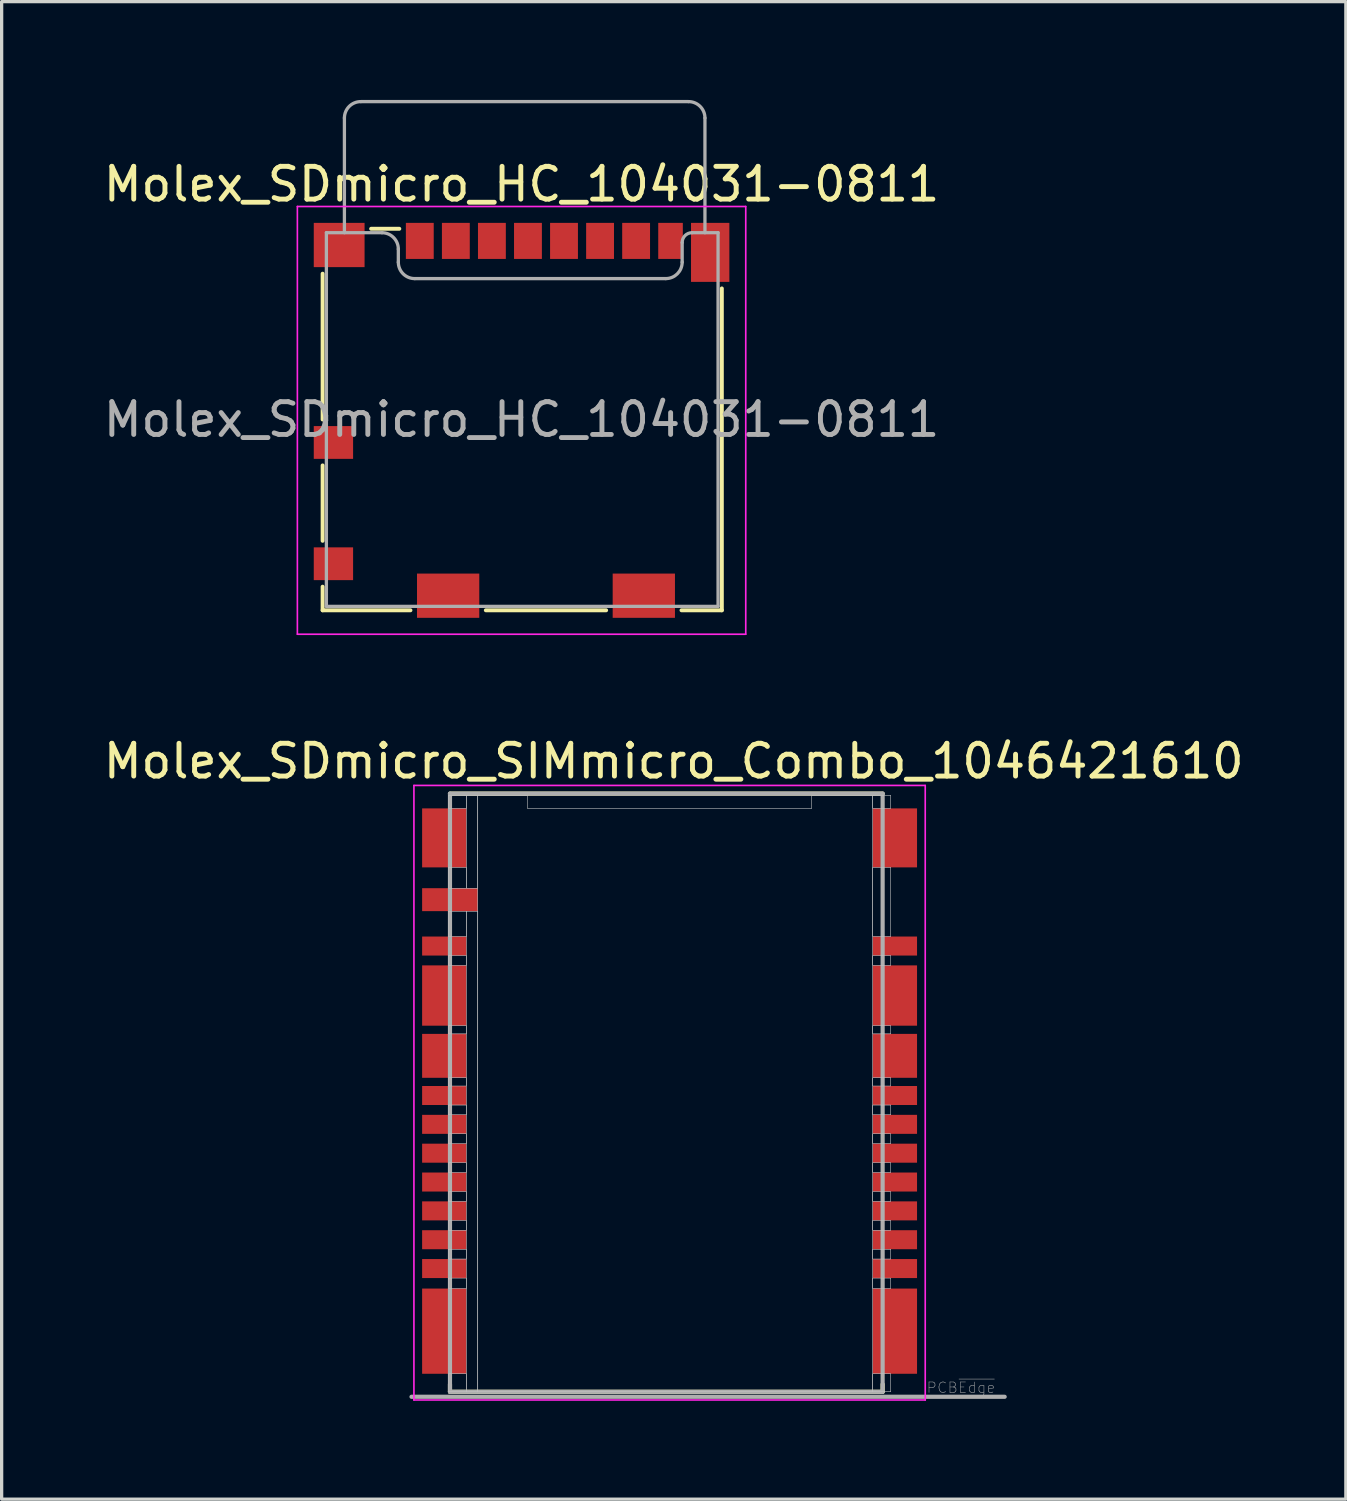
<source format=kicad_pcb>
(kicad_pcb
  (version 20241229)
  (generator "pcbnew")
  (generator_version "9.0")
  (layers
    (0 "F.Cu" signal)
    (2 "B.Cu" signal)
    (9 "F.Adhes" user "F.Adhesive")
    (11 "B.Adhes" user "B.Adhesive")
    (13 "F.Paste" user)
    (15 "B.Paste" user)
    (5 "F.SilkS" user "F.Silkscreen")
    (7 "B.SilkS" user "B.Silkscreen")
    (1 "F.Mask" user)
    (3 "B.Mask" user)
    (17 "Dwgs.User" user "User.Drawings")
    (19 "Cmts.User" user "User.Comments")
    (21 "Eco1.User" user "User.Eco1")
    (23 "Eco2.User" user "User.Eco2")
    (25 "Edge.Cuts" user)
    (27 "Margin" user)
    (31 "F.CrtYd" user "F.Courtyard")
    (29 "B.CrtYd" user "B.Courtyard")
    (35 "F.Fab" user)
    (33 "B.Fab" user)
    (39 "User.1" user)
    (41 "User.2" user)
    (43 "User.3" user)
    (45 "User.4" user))
  (footprint "Molex_SDmicro_SIMmicro_Combo_1046421610"
    (layer "F.Cu")
    (at 17.506 30.143)
    (property "Reference" "Molex_SDmicro_SIMmicro_Combo_1046421610" (at 0 -9.97 0) (layer "F.SilkS") (effects (font (size 1 1) (thickness 0.15))))
    (attr smd)
    (fp_line (start -6.827 9.041) (end -6.827 9.271) (stroke (width 0.127) (type solid)) (layer "F.SilkS"))
    (fp_line (start -6.827 9.271) (end 6.373 9.271) (stroke (width 0.127) (type solid)) (layer "F.SilkS"))
    (fp_line (start 6.373 -8.979) (end -6.827 -8.979) (stroke (width 0.127) (type solid)) (layer "F.SilkS"))
    (fp_line (start 6.373 9.271) (end 6.373 9.041) (stroke (width 0.127) (type solid)) (layer "F.SilkS"))
    (fp_poly (pts (xy -6.327 -8.929) (xy -6.877 -8.929) (xy -6.877 -8.529) (xy -6.327 -8.529)) (stroke (width 0.01) (type solid)) (fill no) (layer "Dwgs.User"))
    (fp_poly (pts (xy -6.327 -8.929) (xy -6.877 -8.929) (xy -6.877 -8.529) (xy -6.327 -8.529)) (stroke (width 0.01) (type solid)) (fill no) (layer "Dwgs.User"))
    (fp_poly (pts (xy -6.327 -6.729) (xy -6.877 -6.729) (xy -6.877 -6.094) (xy -6.327 -6.094)) (stroke (width 0.01) (type solid)) (fill no) (layer "Dwgs.User"))
    (fp_poly (pts (xy -6.327 -6.729) (xy -6.877 -6.729) (xy -6.877 -6.094) (xy -6.327 -6.094)) (stroke (width 0.01) (type solid)) (fill no) (layer "Dwgs.User"))
    (fp_poly (pts (xy -6.327 -5.394) (xy -6.877 -5.394) (xy -6.877 -4.619) (xy -6.327 -4.619)) (stroke (width 0.01) (type solid)) (fill no) (layer "Dwgs.User"))
    (fp_poly (pts (xy -6.327 -5.394) (xy -6.877 -5.394) (xy -6.877 -4.619) (xy -6.327 -4.619)) (stroke (width 0.01) (type solid)) (fill no) (layer "Dwgs.User"))
    (fp_poly (pts (xy -6.327 -5.394) (xy -5.977 -5.394) (xy -5.977 9.271) (xy -6.327 9.271)) (stroke (width 0.01) (type solid)) (fill no) (layer "Dwgs.User"))
    (fp_poly (pts (xy -6.327 -5.394) (xy -5.977 -5.394) (xy -5.977 9.271) (xy -6.327 9.271)) (stroke (width 0.01) (type solid)) (fill no) (layer "Dwgs.User"))
    (fp_poly (pts (xy -6.327 -4.039) (xy -6.877 -4.039) (xy -6.877 -3.739) (xy -6.327 -3.739)) (stroke (width 0.01) (type solid)) (fill no) (layer "Dwgs.User"))
    (fp_poly (pts (xy -6.327 -4.039) (xy -6.877 -4.039) (xy -6.877 -3.739) (xy -6.327 -3.739)) (stroke (width 0.01) (type solid)) (fill no) (layer "Dwgs.User"))
    (fp_poly (pts (xy -6.327 -1.899) (xy -6.877 -1.899) (xy -6.877 -1.649) (xy -6.327 -1.649)) (stroke (width 0.01) (type solid)) (fill no) (layer "Dwgs.User"))
    (fp_poly (pts (xy -6.327 -1.899) (xy -6.877 -1.899) (xy -6.877 -1.649) (xy -6.327 -1.649)) (stroke (width 0.01) (type solid)) (fill no) (layer "Dwgs.User"))
    (fp_poly (pts (xy -6.327 -0.309) (xy -6.877 -0.309) (xy -6.877 -0.059) (xy -6.327 -0.059)) (stroke (width 0.01) (type solid)) (fill no) (layer "Dwgs.User"))
    (fp_poly (pts (xy -6.327 -0.309) (xy -6.877 -0.309) (xy -6.877 -0.059) (xy -6.327 -0.059)) (stroke (width 0.01) (type solid)) (fill no) (layer "Dwgs.User"))
    (fp_poly (pts (xy -6.327 0.521) (xy -6.877 0.521) (xy -6.877 0.821) (xy -6.327 0.821)) (stroke (width 0.01) (type solid)) (fill no) (layer "Dwgs.User"))
    (fp_poly (pts (xy -6.327 0.521) (xy -6.877 0.521) (xy -6.877 0.821) (xy -6.327 0.821)) (stroke (width 0.01) (type solid)) (fill no) (layer "Dwgs.User"))
    (fp_poly (pts (xy -6.327 1.401) (xy -6.877 1.401) (xy -6.877 1.701) (xy -6.327 1.701)) (stroke (width 0.01) (type solid)) (fill no) (layer "Dwgs.User"))
    (fp_poly (pts (xy -6.327 1.401) (xy -6.877 1.401) (xy -6.877 1.701) (xy -6.327 1.701)) (stroke (width 0.01) (type solid)) (fill no) (layer "Dwgs.User"))
    (fp_poly (pts (xy -6.327 2.281) (xy -6.877 2.281) (xy -6.877 2.581) (xy -6.327 2.581)) (stroke (width 0.01) (type solid)) (fill no) (layer "Dwgs.User"))
    (fp_poly (pts (xy -6.327 2.281) (xy -6.877 2.281) (xy -6.877 2.581) (xy -6.327 2.581)) (stroke (width 0.01) (type solid)) (fill no) (layer "Dwgs.User"))
    (fp_poly (pts (xy -6.327 3.161) (xy -6.877 3.161) (xy -6.877 3.461) (xy -6.327 3.461)) (stroke (width 0.01) (type solid)) (fill no) (layer "Dwgs.User"))
    (fp_poly (pts (xy -6.327 3.161) (xy -6.877 3.161) (xy -6.877 3.461) (xy -6.327 3.461)) (stroke (width 0.01) (type solid)) (fill no) (layer "Dwgs.User"))
    (fp_poly (pts (xy -6.327 4.041) (xy -6.877 4.041) (xy -6.877 4.341) (xy -6.327 4.341)) (stroke (width 0.01) (type solid)) (fill no) (layer "Dwgs.User"))
    (fp_poly (pts (xy -6.327 4.041) (xy -6.877 4.041) (xy -6.877 4.341) (xy -6.327 4.341)) (stroke (width 0.01) (type solid)) (fill no) (layer "Dwgs.User"))
    (fp_poly (pts (xy -6.327 4.921) (xy -6.877 4.921) (xy -6.877 5.221) (xy -6.327 5.221)) (stroke (width 0.01) (type solid)) (fill no) (layer "Dwgs.User"))
    (fp_poly (pts (xy -6.327 4.921) (xy -6.877 4.921) (xy -6.877 5.221) (xy -6.327 5.221)) (stroke (width 0.01) (type solid)) (fill no) (layer "Dwgs.User"))
    (fp_poly (pts (xy -6.327 5.801) (xy -6.877 5.801) (xy -6.877 6.121) (xy -6.327 6.121)) (stroke (width 0.01) (type solid)) (fill no) (layer "Dwgs.User"))
    (fp_poly (pts (xy -6.327 5.801) (xy -6.877 5.801) (xy -6.877 6.121) (xy -6.327 6.121)) (stroke (width 0.01) (type solid)) (fill no) (layer "Dwgs.User"))
    (fp_poly (pts (xy -6.327 8.721) (xy -6.877 8.721) (xy -6.877 9.271) (xy -6.327 9.271)) (stroke (width 0.01) (type solid)) (fill no) (layer "Dwgs.User"))
    (fp_poly (pts (xy -6.327 8.721) (xy -6.877 8.721) (xy -6.877 9.271) (xy -6.327 9.271)) (stroke (width 0.01) (type solid)) (fill no) (layer "Dwgs.User"))
    (fp_poly (pts (xy -5.977 -8.929) (xy -6.327 -8.929) (xy -6.327 -6.094) (xy -5.977 -6.094)) (stroke (width 0.01) (type solid)) (fill no) (layer "Dwgs.User"))
    (fp_poly (pts (xy -5.977 -8.929) (xy -6.327 -8.929) (xy -6.327 -6.094) (xy -5.977 -6.094)) (stroke (width 0.01) (type solid)) (fill no) (layer "Dwgs.User"))
    (fp_poly (pts (xy 6.073 -8.929) (xy 6.623 -8.929) (xy 6.623 -8.529) (xy 6.073 -8.529)) (stroke (width 0.01) (type solid)) (fill no) (layer "Dwgs.User"))
    (fp_poly (pts (xy 6.073 -8.929) (xy 6.623 -8.929) (xy 6.623 -8.529) (xy 6.073 -8.529)) (stroke (width 0.01) (type solid)) (fill no) (layer "Dwgs.User"))
    (fp_poly (pts (xy 6.073 -6.729) (xy 6.623 -6.729) (xy 6.623 -4.619) (xy 6.073 -4.619)) (stroke (width 0.01) (type solid)) (fill no) (layer "Dwgs.User"))
    (fp_poly (pts (xy 6.073 -6.729) (xy 6.623 -6.729) (xy 6.623 -4.619) (xy 6.073 -4.619)) (stroke (width 0.01) (type solid)) (fill no) (layer "Dwgs.User"))
    (fp_poly (pts (xy 6.073 -4.039) (xy 6.623 -4.039) (xy 6.623 -3.739) (xy 6.073 -3.739)) (stroke (width 0.01) (type solid)) (fill no) (layer "Dwgs.User"))
    (fp_poly (pts (xy 6.073 -4.039) (xy 6.623 -4.039) (xy 6.623 -3.739) (xy 6.073 -3.739)) (stroke (width 0.01) (type solid)) (fill no) (layer "Dwgs.User"))
    (fp_poly (pts (xy 6.073 -1.899) (xy 6.623 -1.899) (xy 6.623 -1.649) (xy 6.073 -1.649)) (stroke (width 0.01) (type solid)) (fill no) (layer "Dwgs.User"))
    (fp_poly (pts (xy 6.073 -1.899) (xy 6.623 -1.899) (xy 6.623 -1.649) (xy 6.073 -1.649)) (stroke (width 0.01) (type solid)) (fill no) (layer "Dwgs.User"))
    (fp_poly (pts (xy 6.073 -0.309) (xy 6.623 -0.309) (xy 6.623 -0.059) (xy 6.073 -0.059)) (stroke (width 0.01) (type solid)) (fill no) (layer "Dwgs.User"))
    (fp_poly (pts (xy 6.073 -0.309) (xy 6.623 -0.309) (xy 6.623 -0.059) (xy 6.073 -0.059)) (stroke (width 0.01) (type solid)) (fill no) (layer "Dwgs.User"))
    (fp_poly (pts (xy 6.073 0.521) (xy 6.623 0.521) (xy 6.623 0.821) (xy 6.073 0.821)) (stroke (width 0.01) (type solid)) (fill no) (layer "Dwgs.User"))
    (fp_poly (pts (xy 6.073 0.521) (xy 6.623 0.521) (xy 6.623 0.821) (xy 6.073 0.821)) (stroke (width 0.01) (type solid)) (fill no) (layer "Dwgs.User"))
    (fp_poly (pts (xy 6.073 1.401) (xy 6.623 1.401) (xy 6.623 1.701) (xy 6.073 1.701)) (stroke (width 0.01) (type solid)) (fill no) (layer "Dwgs.User"))
    (fp_poly (pts (xy 6.073 1.401) (xy 6.623 1.401) (xy 6.623 1.701) (xy 6.073 1.701)) (stroke (width 0.01) (type solid)) (fill no) (layer "Dwgs.User"))
    (fp_poly (pts (xy 6.073 2.281) (xy 6.623 2.281) (xy 6.623 2.581) (xy 6.073 2.581)) (stroke (width 0.01) (type solid)) (fill no) (layer "Dwgs.User"))
    (fp_poly (pts (xy 6.073 2.281) (xy 6.623 2.281) (xy 6.623 2.581) (xy 6.073 2.581)) (stroke (width 0.01) (type solid)) (fill no) (layer "Dwgs.User"))
    (fp_poly (pts (xy 6.073 3.161) (xy 6.623 3.161) (xy 6.623 3.461) (xy 6.073 3.461)) (stroke (width 0.01) (type solid)) (fill no) (layer "Dwgs.User"))
    (fp_poly (pts (xy 6.073 3.161) (xy 6.623 3.161) (xy 6.623 3.461) (xy 6.073 3.461)) (stroke (width 0.01) (type solid)) (fill no) (layer "Dwgs.User"))
    (fp_poly (pts (xy 6.073 4.041) (xy 6.623 4.041) (xy 6.623 4.341) (xy 6.073 4.341)) (stroke (width 0.01) (type solid)) (fill no) (layer "Dwgs.User"))
    (fp_poly (pts (xy 6.073 4.041) (xy 6.623 4.041) (xy 6.623 4.341) (xy 6.073 4.341)) (stroke (width 0.01) (type solid)) (fill no) (layer "Dwgs.User"))
    (fp_poly (pts (xy 6.073 4.921) (xy 6.623 4.921) (xy 6.623 5.221) (xy 6.073 5.221)) (stroke (width 0.01) (type solid)) (fill no) (layer "Dwgs.User"))
    (fp_poly (pts (xy 6.073 4.921) (xy 6.623 4.921) (xy 6.623 5.221) (xy 6.073 5.221)) (stroke (width 0.01) (type solid)) (fill no) (layer "Dwgs.User"))
    (fp_poly (pts (xy 6.073 5.801) (xy 6.623 5.801) (xy 6.623 6.121) (xy 6.073 6.121)) (stroke (width 0.01) (type solid)) (fill no) (layer "Dwgs.User"))
    (fp_poly (pts (xy 6.073 5.801) (xy 6.623 5.801) (xy 6.623 6.121) (xy 6.073 6.121)) (stroke (width 0.01) (type solid)) (fill no) (layer "Dwgs.User"))
    (fp_poly (pts (xy 6.073 8.721) (xy 6.623 8.721) (xy 6.623 9.271) (xy 6.073 9.271)) (stroke (width 0.01) (type solid)) (fill no) (layer "Dwgs.User"))
    (fp_poly (pts (xy 6.073 8.721) (xy 6.623 8.721) (xy 6.623 9.271) (xy 6.073 9.271)) (stroke (width 0.01) (type solid)) (fill no) (layer "Dwgs.User"))
    (fp_poly (pts (xy -5.977 9.271) (xy -5.977 -8.929) (xy -4.467 -8.929) (xy -4.467 -8.529) (xy 4.213 -8.529) (xy 4.213 -8.929) (xy 6.073 -8.929) (xy 6.073 9.271)) (stroke (width 0.01) (type solid)) (fill no) (layer "Dwgs.User"))
    (fp_poly (pts (xy -5.977 9.271) (xy -5.977 -8.929) (xy -4.467 -8.929) (xy -4.467 -8.529) (xy 4.213 -8.529) (xy 4.213 -8.929) (xy 6.073 -8.929) (xy 6.073 9.271)) (stroke (width 0.01) (type solid)) (fill no) (layer "Dwgs.User"))
    (fp_line (start -7.927 -9.229) (end -7.927 9.521) (stroke (width 0.05) (type solid)) (layer "F.CrtYd"))
    (fp_line (start -7.927 9.521) (end 7.673 9.521) (stroke (width 0.05) (type solid)) (layer "F.CrtYd"))
    (fp_line (start 7.673 -9.229) (end -7.927 -9.229) (stroke (width 0.05) (type solid)) (layer "F.CrtYd"))
    (fp_line (start 7.673 9.521) (end 7.673 -9.229) (stroke (width 0.05) (type solid)) (layer "F.CrtYd"))
    (fp_line (start -8.001 9.423) (end 10.097 9.423) (stroke (width 0.127) (type solid)) (layer "F.Fab"))
    (fp_line (start -6.827 -8.979) (end -6.827 9.271) (stroke (width 0.127) (type solid)) (layer "F.Fab"))
    (fp_line (start -6.827 9.271) (end 6.373 9.271) (stroke (width 0.127) (type solid)) (layer "F.Fab"))
    (fp_line (start 6.373 -8.979) (end -6.827 -8.979) (stroke (width 0.127) (type solid)) (layer "F.Fab"))
    (fp_line (start 6.373 9.271) (end 6.373 -8.979) (stroke (width 0.127) (type solid)) (layer "F.Fab"))
    (fp_text user "PCB~{Edge}" (at 8.763 9.144 0) (layer "F.Fab") (effects (font (size 0.32 0.32) (thickness 0.015))))
    (pad "G1" smd rect (at -7.002 7.421) (size 1.35 2.6) (layers "F.Cu" "F.Mask" "F.Paste"))
    (pad "G2" smd rect (at -7.002 -0.979) (size 1.35 1.34) (layers "F.Cu" "F.Mask" "F.Paste"))
    (pad "G3" smd rect (at -7.002 -2.819) (size 1.35 1.84) (layers "F.Cu" "F.Mask" "F.Paste"))
    (pad "G4" smd rect (at -7.002 -7.629) (size 1.35 1.8) (layers "F.Cu" "F.Mask" "F.Paste"))
    (pad "G5" smd rect (at 6.748 -7.629) (size 1.35 1.8) (layers "F.Cu" "F.Mask" "F.Paste"))
    (pad "G6" smd rect (at 6.748 -2.819) (size 1.35 1.84) (layers "F.Cu" "F.Mask" "F.Paste"))
    (pad "G7" smd rect (at 6.748 -0.979) (size 1.35 1.34) (layers "F.Cu" "F.Mask" "F.Paste"))
    (pad "G8" smd rect (at 6.748 7.421) (size 1.35 2.6) (layers "F.Cu" "F.Mask" "F.Paste"))
    (pad "S/W" smd rect (at -6.827 -5.744) (size 1.7 0.7) (layers "F.Cu" "F.Mask" "F.Paste"))
    (pad "S1_C1" smd rect (at 6.748 5.511) (size 1.35 0.58) (layers "F.Cu" "F.Mask" "F.Paste"))
    (pad "S2_C2" smd rect (at 6.748 4.631) (size 1.35 0.58) (layers "F.Cu" "F.Mask" "F.Paste"))
    (pad "S3_C3" smd rect (at -7.002 4.631) (size 1.35 0.58) (layers "F.Cu" "F.Mask" "F.Paste"))
    (pad "S4" smd rect (at -7.002 5.511) (size 1.35 0.58) (layers "F.Cu" "F.Mask" "F.Paste"))
    (pad "S5_C4" smd rect (at 6.748 1.991) (size 1.35 0.58) (layers "F.Cu" "F.Mask" "F.Paste"))
    (pad "S6_C5" smd rect (at 6.748 3.751) (size 1.35 0.58) (layers "F.Cu" "F.Mask" "F.Paste"))
    (pad "S7_C6" smd rect (at -7.002 3.751) (size 1.35 0.58) (layers "F.Cu" "F.Mask" "F.Paste"))
    (pad "S8" smd rect (at -7.002 1.991) (size 1.35 0.58) (layers "F.Cu" "F.Mask" "F.Paste"))
    (pad "T1" smd rect (at 6.748 -4.329) (size 1.35 0.58) (layers "F.Cu" "F.Mask" "F.Paste"))
    (pad "T2" smd rect (at 6.748 0.231) (size 1.35 0.58) (layers "F.Cu" "F.Mask" "F.Paste"))
    (pad "T3" smd rect (at 6.748 1.111) (size 1.35 0.58) (layers "F.Cu" "F.Mask" "F.Paste"))
    (pad "T4" smd rect (at 6.748 2.871) (size 1.35 0.58) (layers "F.Cu" "F.Mask" "F.Paste"))
    (pad "T5" smd rect (at -7.002 2.871) (size 1.35 0.58) (layers "F.Cu" "F.Mask" "F.Paste"))
    (pad "T6" smd rect (at -7.002 1.111) (size 1.35 0.58) (layers "F.Cu" "F.Mask" "F.Paste"))
    (pad "T7" smd rect (at -7.002 0.231) (size 1.35 0.58) (layers "F.Cu" "F.Mask" "F.Paste"))
    (pad "T8" smd rect (at -7.002 -4.329) (size 1.35 0.58) (layers "F.Cu" "F.Mask" "F.Paste")))
  (footprint "Molex_SDmicro_HC_104031-0811"
    (layer "F.Cu")
    (at 12.863 9.75)
    (property "Reference" "Molex_SDmicro_HC_104031-0811" (at 0 -7.18 0) (layer "F.SilkS") (effects (font (size 1 1) (thickness 0.15))))
    (attr smd)
    (fp_line (start -6.07 -4.45) (end -6.07 0) (stroke (width 0.12) (type solid)) (layer "F.SilkS"))
    (fp_line (start -6.07 1.4) (end -6.07 3.7) (stroke (width 0.12) (type solid)) (layer "F.SilkS"))
    (fp_line (start -6.07 5.1) (end -6.07 5.82) (stroke (width 0.12) (type solid)) (layer "F.SilkS"))
    (fp_line (start -6.07 5.82) (end -3.39 5.82) (stroke (width 0.12) (type solid)) (layer "F.SilkS"))
    (fp_line (start -4.59 -5.82) (end -3.73 -5.82) (stroke (width 0.12) (type solid)) (layer "F.SilkS"))
    (fp_line (start -1.09 5.82) (end 2.58 5.82) (stroke (width 0.12) (type solid)) (layer "F.SilkS"))
    (fp_line (start 4.88 5.82) (end 6.11 5.82) (stroke (width 0.12) (type solid)) (layer "F.SilkS"))
    (fp_line (start 6.11 5.82) (end 6.11 -4) (stroke (width 0.12) (type solid)) (layer "F.SilkS"))
    (fp_line (start -6.84 -6.5) (end 6.84 -6.5) (stroke (width 0.05) (type solid)) (layer "F.CrtYd"))
    (fp_line (start -6.84 6.55) (end -6.84 -6.5) (stroke (width 0.05) (type solid)) (layer "F.CrtYd"))
    (fp_line (start 6.84 -6.5) (end 6.84 6.55) (stroke (width 0.05) (type solid)) (layer "F.CrtYd"))
    (fp_line (start 6.84 6.55) (end -6.84 6.55) (stroke (width 0.05) (type solid)) (layer "F.CrtYd"))
    (fp_line (start -5.955 -5.7) (end -5.955 5.7) (stroke (width 0.1) (type solid)) (layer "F.Fab"))
    (fp_line (start -5.955 -5.7) (end -4.26 -5.7) (stroke (width 0.1) (type solid)) (layer "F.Fab"))
    (fp_line (start -5.405 -9.2) (end -5.405 -5.7) (stroke (width 0.1) (type solid)) (layer "F.Fab"))
    (fp_line (start -4.905 -9.7) (end 5.095 -9.7) (stroke (width 0.1) (type solid)) (layer "F.Fab"))
    (fp_line (start -3.76 -4.8) (end -3.76 -5.2) (stroke (width 0.1) (type solid)) (layer "F.Fab"))
    (fp_line (start 4.4 -4.3) (end -3.26 -4.3) (stroke (width 0.1) (type solid)) (layer "F.Fab"))
    (fp_line (start 4.9 -5.4) (end 4.9 -4.8) (stroke (width 0.1) (type solid)) (layer "F.Fab"))
    (fp_line (start 5.595 -5.7) (end 5.595 -9.2) (stroke (width 0.1) (type solid)) (layer "F.Fab"))
    (fp_line (start 5.995 -5.7) (end 5.21 -5.7) (stroke (width 0.1) (type solid)) (layer "F.Fab"))
    (fp_line (start 5.995 5.7) (end -5.955 5.7) (stroke (width 0.1) (type solid)) (layer "F.Fab"))
    (fp_line (start 5.995 5.7) (end 5.995 -5.7) (stroke (width 0.1) (type solid)) (layer "F.Fab"))
    (fp_arc (start -5.405 -9.2) (mid -5.258553 -9.553553) (end -4.905 -9.7) (stroke (width 0.1) (type solid)) (layer "F.Fab"))
    (fp_arc (start -4.26 -5.7) (mid -3.906447 -5.553553) (end -3.76 -5.2) (stroke (width 0.1) (type solid)) (layer "F.Fab"))
    (fp_arc (start -3.26 -4.3) (mid -3.613553 -4.446447) (end -3.76 -4.8) (stroke (width 0.1) (type solid)) (layer "F.Fab"))
    (fp_arc (start 4.9 -5.4) (mid 4.987868 -5.612132) (end 5.2 -5.7) (stroke (width 0.1) (type solid)) (layer "F.Fab"))
    (fp_arc (start 4.9 -4.8) (mid 4.753553 -4.446447) (end 4.4 -4.3) (stroke (width 0.1) (type solid)) (layer "F.Fab"))
    (fp_arc (start 5.095 -9.7) (mid 5.448553 -9.553553) (end 5.595 -9.2) (stroke (width 0.1) (type solid)) (layer "F.Fab"))
    (fp_text user "${REFERENCE}" (at 0 0 0) (layer "F.Fab") (effects (font (size 1 1) (thickness 0.15))))
    (pad "1" smd rect (at -3.105 -5.45) (size 0.85 1.1) (layers "F.Cu" "F.Mask" "F.Paste"))
    (pad "2" smd rect (at -2.005 -5.45) (size 0.85 1.1) (layers "F.Cu" "F.Mask" "F.Paste"))
    (pad "3" smd rect (at -0.905 -5.45) (size 0.85 1.1) (layers "F.Cu" "F.Mask" "F.Paste"))
    (pad "4" smd rect (at 0.195 -5.45) (size 0.85 1.1) (layers "F.Cu" "F.Mask" "F.Paste"))
    (pad "5" smd rect (at 1.295 -5.45) (size 0.85 1.1) (layers "F.Cu" "F.Mask" "F.Paste"))
    (pad "6" smd rect (at 2.395 -5.45) (size 0.85 1.1) (layers "F.Cu" "F.Mask" "F.Paste"))
    (pad "7" smd rect (at 3.495 -5.45) (size 0.85 1.1) (layers "F.Cu" "F.Mask" "F.Paste"))
    (pad "8" smd rect (at 4.545 -5.45) (size 0.75 1.1) (layers "F.Cu" "F.Mask" "F.Paste"))
    (pad "9" smd rect (at -5.74 0.7) (size 1.2 1) (layers "F.Cu" "F.Mask" "F.Paste"))
    (pad "10" smd rect (at -5.74 4.4) (size 1.2 1) (layers "F.Cu" "F.Mask" "F.Paste"))
    (pad "11" smd rect (at -5.565 -5.325) (size 1.55 1.35) (layers "F.Cu" "F.Mask" "F.Paste"))
    (pad "11" smd rect (at -2.24 5.375) (size 1.9 1.35) (layers "F.Cu" "F.Mask" "F.Paste"))
    (pad "11" smd rect (at 3.73 5.375) (size 1.9 1.35) (layers "F.Cu" "F.Mask" "F.Paste"))
    (pad "11" smd rect (at 5.755 -5.1) (size 1.17 1.8) (layers "F.Cu" "F.Mask" "F.Paste")))
  (gr_rect
    (start -3 -3)
    (end 38.012 42.689)
    (stroke (width 0.1) (type default))
    (fill no)
    (layer "Edge.Cuts")))
</source>
